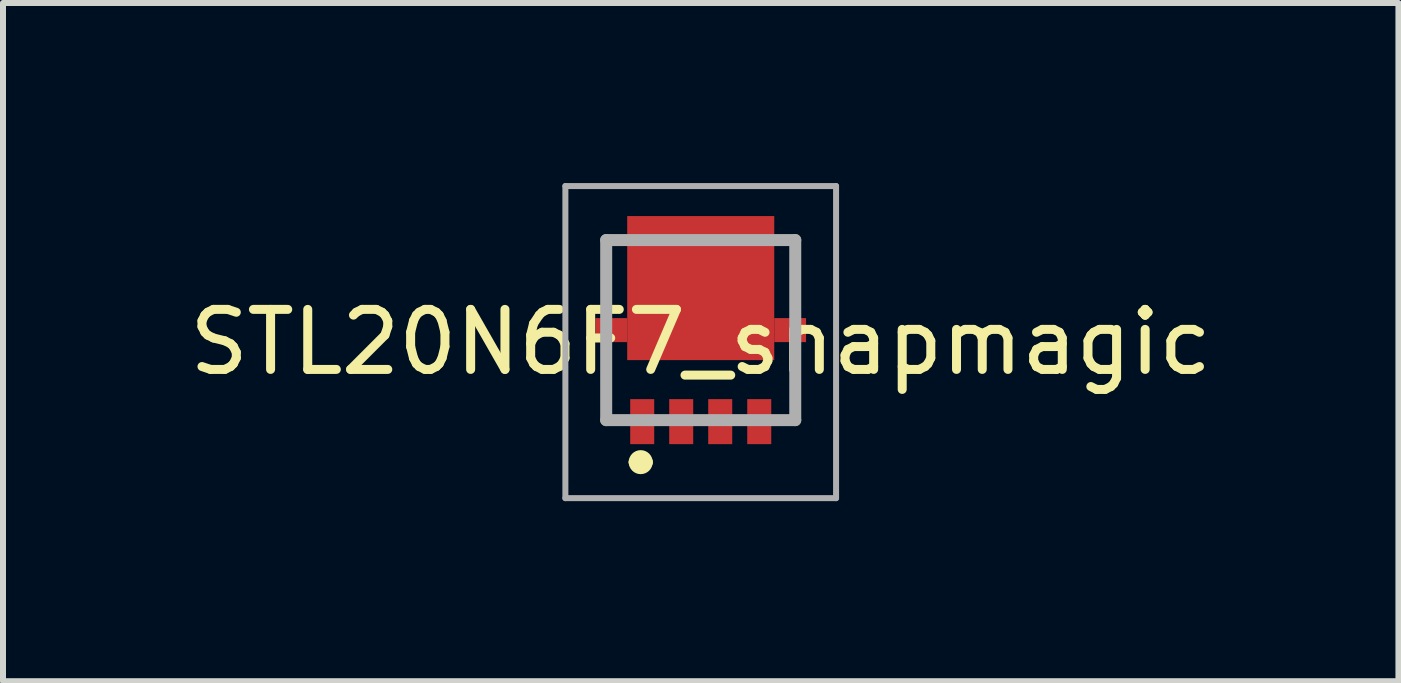
<source format=kicad_pcb>
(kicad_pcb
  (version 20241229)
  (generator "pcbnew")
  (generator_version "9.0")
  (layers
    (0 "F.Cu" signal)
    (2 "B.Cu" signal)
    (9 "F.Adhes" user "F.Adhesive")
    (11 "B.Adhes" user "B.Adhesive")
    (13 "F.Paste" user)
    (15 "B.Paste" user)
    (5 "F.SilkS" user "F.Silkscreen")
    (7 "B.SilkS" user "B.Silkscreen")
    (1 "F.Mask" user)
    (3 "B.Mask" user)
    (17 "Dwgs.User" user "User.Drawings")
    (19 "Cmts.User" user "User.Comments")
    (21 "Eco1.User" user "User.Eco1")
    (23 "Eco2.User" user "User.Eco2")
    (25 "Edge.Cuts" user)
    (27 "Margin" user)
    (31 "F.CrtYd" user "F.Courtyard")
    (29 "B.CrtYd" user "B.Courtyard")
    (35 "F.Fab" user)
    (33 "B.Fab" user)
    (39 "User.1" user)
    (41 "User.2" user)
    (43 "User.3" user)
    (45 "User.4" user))
  (footprint "STL20N6F7_snapmagic"
    (layer "F.Cu")
    (at 8.625 2.45)
    (property "Reference" "STL20N6F7_snapmagic" (at 0 0.2 0) (layer "F.SilkS") (effects (font (size 1 1) (thickness 0.15))))
    (attr smd)
    (fp_line (start -1.575 -1.5) (end -1.575 -0.4) (stroke (width 0.1) (type solid)) (layer "F.SilkS"))
    (fp_line (start -1.575 0.4) (end -1.575 1.5) (stroke (width 0.1) (type solid)) (layer "F.SilkS"))
    (fp_line (start -1.575 1.5) (end -1.4 1.5) (stroke (width 0.1) (type solid)) (layer "F.SilkS"))
    (fp_line (start -1.4 -1.5) (end -1.575 -1.5) (stroke (width 0.1) (type solid)) (layer "F.SilkS"))
    (fp_line (start -1.1 2.2) (end -1.1 2.2) (stroke (width 0.2) (type solid)) (layer "F.SilkS"))
    (fp_line (start -0.9 2.2) (end -0.9 2.2) (stroke (width 0.2) (type solid)) (layer "F.SilkS"))
    (fp_line (start 1.4 -1.5) (end 1.575 -1.5) (stroke (width 0.1) (type solid)) (layer "F.SilkS"))
    (fp_line (start 1.575 -1.5) (end 1.575 -0.4) (stroke (width 0.1) (type solid)) (layer "F.SilkS"))
    (fp_line (start 1.575 0.4) (end 1.575 1.5) (stroke (width 0.1) (type solid)) (layer "F.SilkS"))
    (fp_line (start 1.575 1.5) (end 1.4 1.5) (stroke (width 0.1) (type solid)) (layer "F.SilkS"))
    (fp_arc (start -1.1 2.2) (mid -1 2.1) (end -0.9 2.2) (stroke (width 0.2) (type solid)) (layer "F.SilkS"))
    (fp_arc (start -0.9 2.2) (mid -1 2.3) (end -1.1 2.2) (stroke (width 0.2) (type solid)) (layer "F.SilkS"))
    (fp_line (start -2.255 -2.4) (end 2.255 -2.4) (stroke (width 0.1) (type solid)) (layer "F.Fab"))
    (fp_line (start -2.255 2.8) (end -2.255 -2.4) (stroke (width 0.1) (type solid)) (layer "F.Fab"))
    (fp_line (start -1.575 -1.5) (end 1.575 -1.5) (stroke (width 0.2) (type solid)) (layer "F.Fab"))
    (fp_line (start -1.575 1.5) (end -1.575 -1.5) (stroke (width 0.2) (type solid)) (layer "F.Fab"))
    (fp_line (start 1.575 -1.5) (end 1.575 1.5) (stroke (width 0.2) (type solid)) (layer "F.Fab"))
    (fp_line (start 1.575 1.5) (end -1.575 1.5) (stroke (width 0.2) (type solid)) (layer "F.Fab"))
    (fp_line (start 2.255 -2.4) (end 2.255 2.8) (stroke (width 0.1) (type solid)) (layer "F.Fab"))
    (fp_line (start 2.255 2.8) (end -2.255 2.8) (stroke (width 0.1) (type solid)) (layer "F.Fab"))
    (pad "1" smd rect (at -0.975 1.525) (size 0.4 0.75) (layers "F.Cu" "F.Mask" "F.Paste"))
    (pad "2" smd rect (at -0.325 1.525) (size 0.4 0.75) (layers "F.Cu" "F.Mask" "F.Paste"))
    (pad "3" smd rect (at 0.325 1.525) (size 0.4 0.75) (layers "F.Cu" "F.Mask" "F.Paste"))
    (pad "4" smd rect (at 0.975 1.525) (size 0.4 0.75) (layers "F.Cu" "F.Mask" "F.Paste"))
    (pad "5" smd rect (at 0 -0.7) (size 2.45 2.4) (layers "F.Cu" "F.Mask" "F.Paste"))
    (pad "6" smd rect (at -1.49 0) (size 0.53 0.4) (layers "F.Cu" "F.Mask" "F.Paste"))
    (pad "7" smd rect (at 1.49 0) (size 0.53 0.4) (layers "F.Cu" "F.Mask" "F.Paste")))
  (gr_rect
    (start -3 -3)
    (end 20.25 8.3)
    (stroke (width 0.1) (type default))
    (fill no)
    (layer "Edge.Cuts")))
</source>
